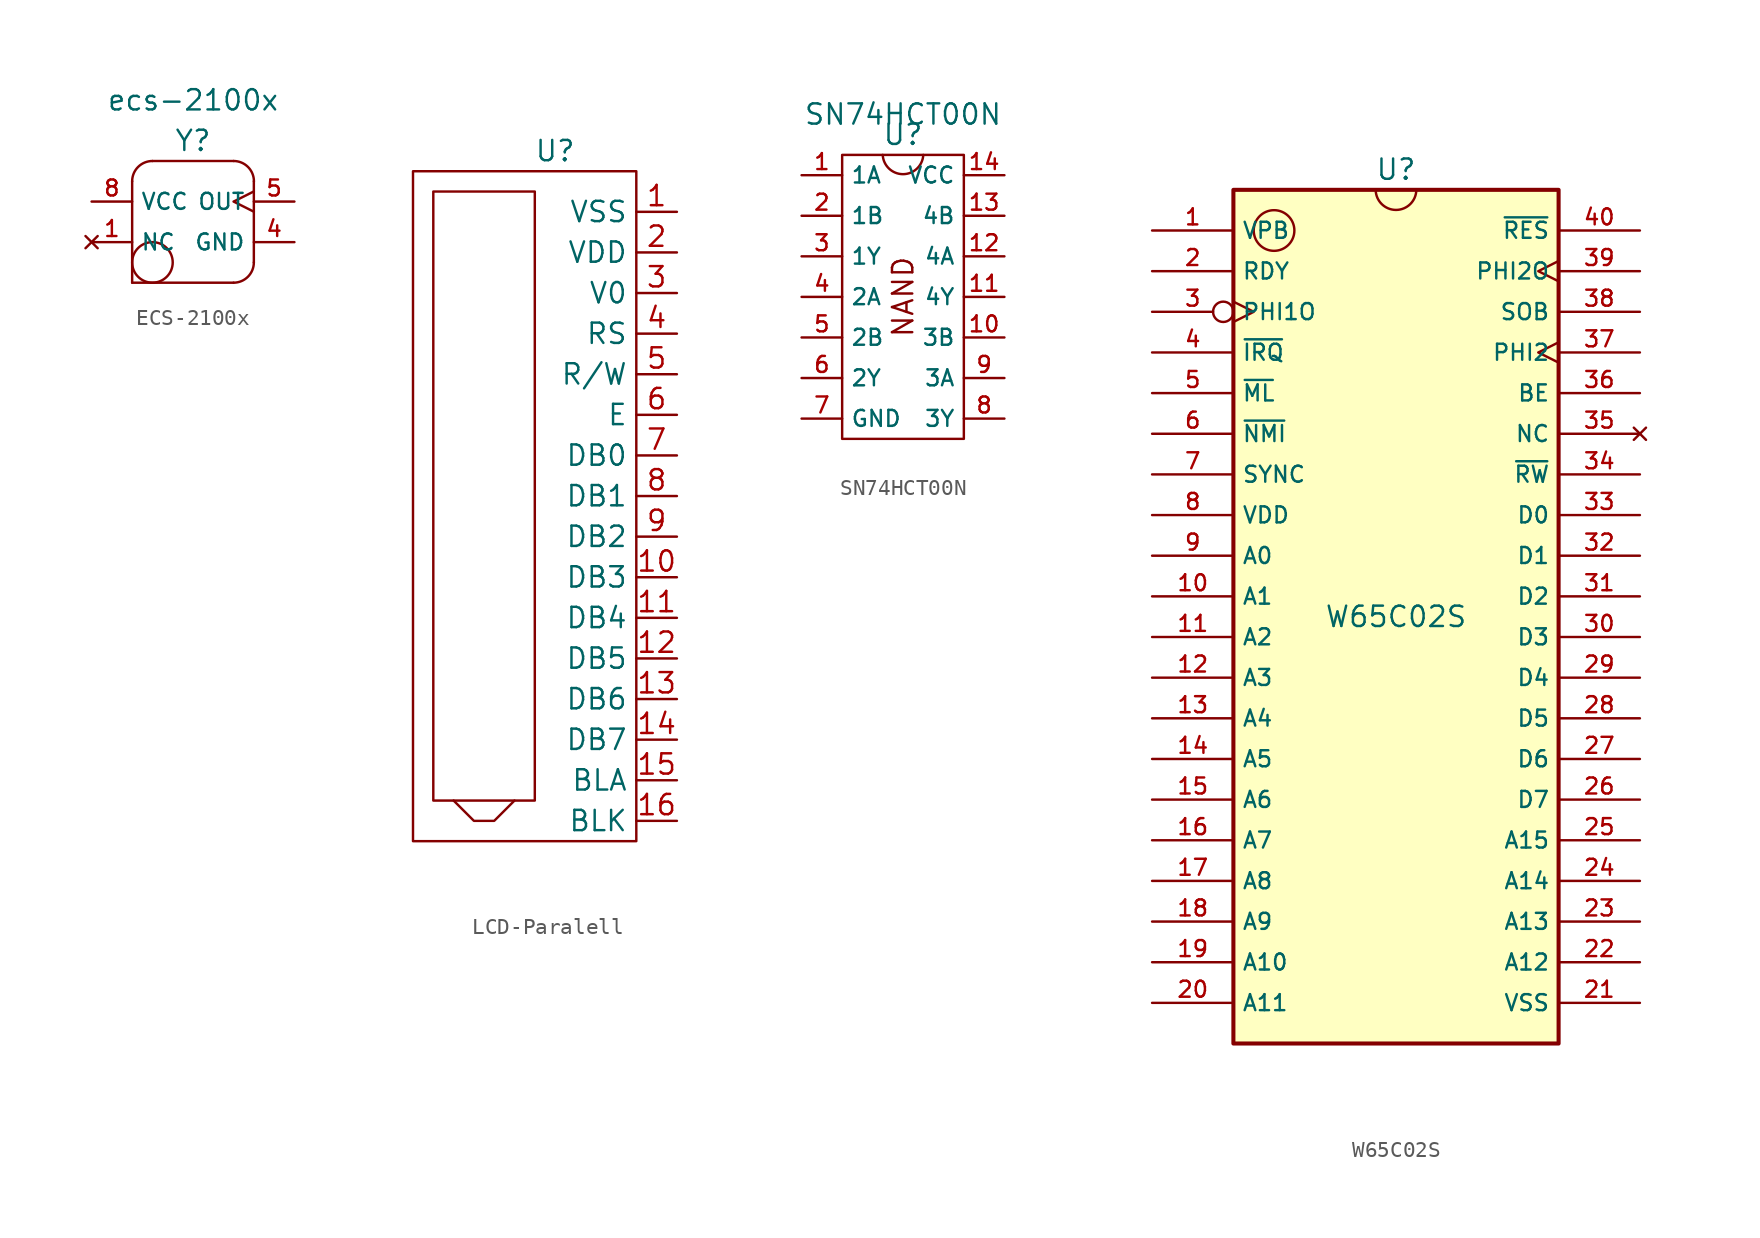
<source format=kicad_sym>
(kicad_symbol_lib
  (version 20220914)
  (generator kicad_symbol_editor)
  (symbol "ECS-2100x"
    (property "Reference" "Y"
      (at 1.27 3.81 0)
      (effects (font (size 1.27 1.27))))
    (property "Value" "ecs-2100x"
      (at 1.27 6.35 0)
      (effects (font (size 1.27 1.27))))
    (symbol "ECS-2100x_0_1"
      (circle (center -1.27 -3.81) (radius 1.27) (stroke (width 0) (type default)) (fill (type none)))
      (arc (start -1.27 2.54) (mid -2.168 2.168) (end -2.54 1.27) (stroke (width 0) (type default)) (fill (type none)))
      (polyline (pts (xy -2.54 1.27) (xy -2.54 -5.08)) (stroke (width 0) (type default)) (fill (type none)))
      (polyline (pts (xy 3.81 -5.08) (xy -2.54 -5.08)) (stroke (width 0) (type default)) (fill (type none)))
      (polyline (pts (xy 3.81 2.54) (xy -1.27 2.54)) (stroke (width 0) (type default)) (fill (type none)))
      (polyline (pts (xy 5.08 1.27) (xy 5.08 -3.81)) (stroke (width 0) (type default)) (fill (type none)))
      (arc (start 3.81 -5.08) (mid 4.708 -4.708) (end 5.08 -3.81) (stroke (width 0) (type default)) (fill (type none)))
      (arc (start 5.08 1.27) (mid 4.708 2.168) (end 3.81 2.54) (stroke (width 0) (type default)) (fill (type none))))
    (symbol "ECS-2100x_1_1"
      (pin no_connect line (at -5.08 -2.54 0) (length 2.54) (name "NC" (effects (font (size 1 1)))) (number "1" (effects (font (size 1 1)))))
      (pin power_in line (at 7.62 -2.54 180) (length 2.54) (name "GND" (effects (font (size 1 1)))) (number "4" (effects (font (size 1 1)))))
      (pin output clock (at 7.62 0 180) (length 2.54) (name "OUT" (effects (font (size 1 1)))) (number "5" (effects (font (size 1 1)))))
      (pin power_in line (at -5.08 0 0) (length 2.54) (name "VCC" (effects (font (size 1 1)))) (number "8" (effects (font (size 1 1)))))))
  (symbol "LCD-Paralell"
    (property "Reference" "U"
      (at 1.27 22.86 0)
      (effects (font (size 1.27 1.27))))
    (property "Value" ""
      (at 1.27 5.08 0)
      (effects (font (size 1.27 1.27))))
    (symbol "LCD-Paralell_0_1"
      (rectangle (start -7.62 21.59) (end 6.35 -20.32) (stroke (width 0) (type default)) (fill (type none)))
      (rectangle (start -6.35 20.32) (end 0 -17.78) (stroke (width 0) (type default)) (fill (type none)))
      (polyline (pts (xy -5.08 -17.78) (xy -3.81 -19.05) (xy -2.54 -19.05) (xy -1.27 -17.78)) (stroke (width 0) (type default)) (fill (type none))))
    (symbol "LCD-Paralell_1_1"
      (pin power_in line (at 8.89 19.05 180) (length 2.54) (name "VSS" (effects (font (size 1.27 1.27)))) (number "1" (effects (font (size 1.27 1.27)))))
      (pin input line (at 8.89 -3.81 180) (length 2.54) (name "DB3" (effects (font (size 1.27 1.27)))) (number "10" (effects (font (size 1.27 1.27)))))
      (pin input line (at 8.89 -6.35 180) (length 2.54) (name "DB4" (effects (font (size 1.27 1.27)))) (number "11" (effects (font (size 1.27 1.27)))))
      (pin input line (at 8.89 -8.89 180) (length 2.54) (name "DB5" (effects (font (size 1.27 1.27)))) (number "12" (effects (font (size 1.27 1.27)))))
      (pin input line (at 8.89 -11.43 180) (length 2.54) (name "DB6" (effects (font (size 1.27 1.27)))) (number "13" (effects (font (size 1.27 1.27)))))
      (pin input line (at 8.89 -13.97 180) (length 2.54) (name "DB7" (effects (font (size 1.27 1.27)))) (number "14" (effects (font (size 1.27 1.27)))))
      (pin input line (at 8.89 -16.51 180) (length 2.54) (name "BLA" (effects (font (size 1.27 1.27)))) (number "15" (effects (font (size 1.27 1.27)))))
      (pin input line (at 8.89 -19.05 180) (length 2.54) (name "BLK" (effects (font (size 1.27 1.27)))) (number "16" (effects (font (size 1.27 1.27)))))
      (pin power_in line (at 8.89 16.51 180) (length 2.54) (name "VDD" (effects (font (size 1.27 1.27)))) (number "2" (effects (font (size 1.27 1.27)))))
      (pin power_in line (at 8.89 13.97 180) (length 2.54) (name "V0" (effects (font (size 1.27 1.27)))) (number "3" (effects (font (size 1.27 1.27)))))
      (pin input line (at 8.89 11.43 180) (length 2.54) (name "RS" (effects (font (size 1.27 1.27)))) (number "4" (effects (font (size 1.27 1.27)))))
      (pin output line (at 8.89 8.89 180) (length 2.54) (name "R/W" (effects (font (size 1.27 1.27)))) (number "5" (effects (font (size 1.27 1.27)))))
      (pin input line (at 8.89 6.35 180) (length 2.54) (name "E" (effects (font (size 1.27 1.27)))) (number "6" (effects (font (size 1.27 1.27)))))
      (pin input line (at 8.89 3.81 180) (length 2.54) (name "DB0" (effects (font (size 1.27 1.27)))) (number "7" (effects (font (size 1.27 1.27)))))
      (pin input line (at 8.89 1.27 180) (length 2.54) (name "DB1" (effects (font (size 1.27 1.27)))) (number "8" (effects (font (size 1.27 1.27)))))
      (pin input line (at 8.89 -1.27 180) (length 2.54) (name "DB2" (effects (font (size 1.27 1.27)))) (number "9" (effects (font (size 1.27 1.27)))))))
  (symbol "SN74HCT00N"
    (property "Reference" "U"
      (at 0 10.16 0)
      (effects (font (size 1.27 1.27))))
    (property "Value" "SN74HCT00N"
      (at 0 11.43 0)
      (effects (font (size 1.27 1.27))))
    (symbol "SN74HCT00N_0_1"
      (rectangle (start -3.81 8.89) (end 3.81 -8.89) (stroke (width 0) (type default)) (fill (type none)))
      (arc (start -1.27 8.89) (mid 0 7.684) (end 1.27 8.89) (stroke (width 0) (type default)) (fill (type none))))
    (symbol "SN74HCT00N_1_1"
      (text "NAND" (at 0 0 900) (effects (font (size 1.27 1.27))))
      (pin input line (at -6.35 7.62 0) (length 2.54) (name "1A" (effects (font (size 1 1)))) (number "1" (effects (font (size 1 1)))))
      (pin bidirectional line (at 6.35 -2.54 180) (length 2.54) (name "3B" (effects (font (size 1 1)))) (number "10" (effects (font (size 1 1)))))
      (pin bidirectional line (at 6.35 0 180) (length 2.54) (name "4Y" (effects (font (size 1 1)))) (number "11" (effects (font (size 1 1)))))
      (pin bidirectional line (at 6.35 2.54 180) (length 2.54) (name "4A" (effects (font (size 1 1)))) (number "12" (effects (font (size 1 1)))))
      (pin bidirectional line (at 6.35 5.08 180) (length 2.54) (name "4B" (effects (font (size 1 1)))) (number "13" (effects (font (size 1 1)))))
      (pin bidirectional line (at 6.35 7.62 180) (length 2.54) (name "VCC" (effects (font (size 1 1)))) (number "14" (effects (font (size 1 1)))))
      (pin input line (at -6.35 5.08 0) (length 2.54) (name "1B" (effects (font (size 1 1)))) (number "2" (effects (font (size 1 1)))))
      (pin output line (at -6.35 2.54 0) (length 2.54) (name "1Y" (effects (font (size 1 1)))) (number "3" (effects (font (size 1 1)))))
      (pin input line (at -6.35 0 0) (length 2.54) (name "2A" (effects (font (size 1 1)))) (number "4" (effects (font (size 1 1)))))
      (pin input line (at -6.35 -2.54 0) (length 2.54) (name "2B" (effects (font (size 1 1)))) (number "5" (effects (font (size 1 1)))))
      (pin output line (at -6.35 -5.08 0) (length 2.54) (name "2Y" (effects (font (size 1 1)))) (number "6" (effects (font (size 1 1)))))
      (pin power_in line (at -6.35 -7.62 0) (length 2.54) (name "GND" (effects (font (size 1 1)))) (number "7" (effects (font (size 1 1)))))
      (pin bidirectional line (at 6.35 -7.62 180) (length 2.54) (name "3Y" (effects (font (size 1 1)))) (number "8" (effects (font (size 1 1)))))
      (pin bidirectional line (at 6.35 -5.08 180) (length 2.54) (name "3A" (effects (font (size 1 1)))) (number "9" (effects (font (size 1 1)))))))
  (symbol "W65C02S"
    (property "Reference" "U"
      (at 0 27.94 0)
      (effects (font (size 1.27 1.27))))
    (property "Value" "W65C02S"
      (at 0 0 0)
      (effects (font (size 1.27 1.27))))
    (symbol "W65C02S_0_0"
      (rectangle (start -10.16 26.67) (end 10.16 -26.67) (stroke (width 0.254) (type default)) (fill (type background))))
    (symbol "W65C02S_0_1"
      (circle (center -7.62 24.13) (radius 1.27) (stroke (width 0) (type default)) (fill (type none))))
    (symbol "W65C02S_1_1"
      (arc (start -1.27 26.67) (mid 0 25.4158) (end 1.27 26.67) (stroke (width 0) (type default)) (fill (type none)))
      (pin output line (at -15.24 24.13 0) (length 5.08) (name "VPB" (effects (font (size 1 1)))) (number "1" (effects (font (size 1 1)))))
      (pin output line (at -15.24 1.27 0) (length 5.08) (name "A1" (effects (font (size 1 1)))) (number "10" (effects (font (size 1 1)))))
      (pin output line (at -15.24 -1.27 0) (length 5.08) (name "A2" (effects (font (size 1 1)))) (number "11" (effects (font (size 1 1)))))
      (pin output line (at -15.24 -3.81 0) (length 5.08) (name "A3" (effects (font (size 1 1)))) (number "12" (effects (font (size 1 1)))))
      (pin output line (at -15.24 -6.35 0) (length 5.08) (name "A4" (effects (font (size 1 1)))) (number "13" (effects (font (size 1 1)))))
      (pin output line (at -15.24 -8.89 0) (length 5.08) (name "A5" (effects (font (size 1 1)))) (number "14" (effects (font (size 1 1)))))
      (pin output line (at -15.24 -11.43 0) (length 5.08) (name "A6" (effects (font (size 1 1)))) (number "15" (effects (font (size 1 1)))))
      (pin output line (at -15.24 -13.97 0) (length 5.08) (name "A7" (effects (font (size 1 1)))) (number "16" (effects (font (size 1 1)))))
      (pin output line (at -15.24 -16.51 0) (length 5.08) (name "A8" (effects (font (size 1 1)))) (number "17" (effects (font (size 1 1)))))
      (pin output line (at -15.24 -19.05 0) (length 5.08) (name "A9" (effects (font (size 1 1)))) (number "18" (effects (font (size 1 1)))))
      (pin output line (at -15.24 -21.59 0) (length 5.08) (name "A10" (effects (font (size 1 1)))) (number "19" (effects (font (size 1 1)))))
      (pin input line (at -15.24 21.59 0) (length 5.08) (name "RDY" (effects (font (size 1 1)))) (number "2" (effects (font (size 1 1)))))
      (pin output line (at -15.24 -24.13 0) (length 5.08) (name "A11" (effects (font (size 1 1)))) (number "20" (effects (font (size 1 1)))))
      (pin power_in line (at 15.24 -24.13 180) (length 5.08) (name "VSS" (effects (font (size 1 1)))) (number "21" (effects (font (size 1 1)))))
      (pin output line (at 15.24 -21.59 180) (length 5.08) (name "A12" (effects (font (size 1 1)))) (number "22" (effects (font (size 1 1)))))
      (pin output line (at 15.24 -19.05 180) (length 5.08) (name "A13" (effects (font (size 1 1)))) (number "23" (effects (font (size 1 1)))))
      (pin output line (at 15.24 -16.51 180) (length 5.08) (name "A14" (effects (font (size 1 1)))) (number "24" (effects (font (size 1 1)))))
      (pin output line (at 15.24 -13.97 180) (length 5.08) (name "A15" (effects (font (size 1 1)))) (number "25" (effects (font (size 1 1)))))
      (pin bidirectional line (at 15.24 -11.43 180) (length 5.08) (name "D7" (effects (font (size 1 1)))) (number "26" (effects (font (size 1 1)))))
      (pin bidirectional line (at 15.24 -8.89 180) (length 5.08) (name "D6" (effects (font (size 1 1)))) (number "27" (effects (font (size 1 1)))))
      (pin bidirectional line (at 15.24 -6.35 180) (length 5.08) (name "D5" (effects (font (size 1 1)))) (number "28" (effects (font (size 1 1)))))
      (pin bidirectional line (at 15.24 -3.81 180) (length 5.08) (name "D4" (effects (font (size 1 1)))) (number "29" (effects (font (size 1 1)))))
      (pin output inverted_clock (at -15.24 19.05 0) (length 5.08) (name "PHI1O" (effects (font (size 1 1)))) (number "3" (effects (font (size 1 1)))))
      (pin bidirectional line (at 15.24 -1.27 180) (length 5.08) (name "D3" (effects (font (size 1 1)))) (number "30" (effects (font (size 1 1)))))
      (pin bidirectional line (at 15.24 1.27 180) (length 5.08) (name "D2" (effects (font (size 1 1)))) (number "31" (effects (font (size 1 1)))))
      (pin bidirectional line (at 15.24 3.81 180) (length 5.08) (name "D1" (effects (font (size 1 1)))) (number "32" (effects (font (size 1 1)))))
      (pin bidirectional line (at 15.24 6.35 180) (length 5.08) (name "D0" (effects (font (size 1 1)))) (number "33" (effects (font (size 1 1)))))
      (pin output line (at 15.24 8.89 180) (length 5.08) (name "~{RW}" (effects (font (size 1 1)))) (number "34" (effects (font (size 1 1)))))
      (pin no_connect line (at 15.24 11.43 180) (length 5.08) (name "NC" (effects (font (size 1 1)))) (number "35" (effects (font (size 1 1)))))
      (pin input line (at 15.24 13.97 180) (length 5.08) (name "BE" (effects (font (size 1 1)))) (number "36" (effects (font (size 1 1)))))
      (pin input clock (at 15.24 16.51 180) (length 5.08) (name "PHI2" (effects (font (size 1 1)))) (number "37" (effects (font (size 1 1)))))
      (pin input line (at 15.24 19.05 180) (length 5.08) (name "SOB" (effects (font (size 1 1)))) (number "38" (effects (font (size 1 1)))))
      (pin output clock (at 15.24 21.59 180) (length 5.08) (name "PHI2O" (effects (font (size 1 1)))) (number "39" (effects (font (size 1 1)))))
      (pin input line (at -15.24 16.51 0) (length 5.08) (name "~{IRQ}" (effects (font (size 1 1)))) (number "4" (effects (font (size 1 1)))))
      (pin input line (at 15.24 24.13 180) (length 5.08) (name "~{RES}" (effects (font (size 1 1)))) (number "40" (effects (font (size 1 1)))))
      (pin output line (at -15.24 13.97 0) (length 5.08) (name "~{ML}" (effects (font (size 1 1)))) (number "5" (effects (font (size 1 1)))))
      (pin input line (at -15.24 11.43 0) (length 5.08) (name "~{NMI}" (effects (font (size 1 1)))) (number "6" (effects (font (size 1 1)))))
      (pin output line (at -15.24 8.89 0) (length 5.08) (name "SYNC" (effects (font (size 1 1)))) (number "7" (effects (font (size 1 1)))))
      (pin power_in line (at -15.24 6.35 0) (length 5.08) (name "VDD" (effects (font (size 1 1)))) (number "8" (effects (font (size 1 1)))))
      (pin output line (at -15.24 3.81 0) (length 5.08) (name "A0" (effects (font (size 1 1)))) (number "9" (effects (font (size 1 1))))))))
</source>
